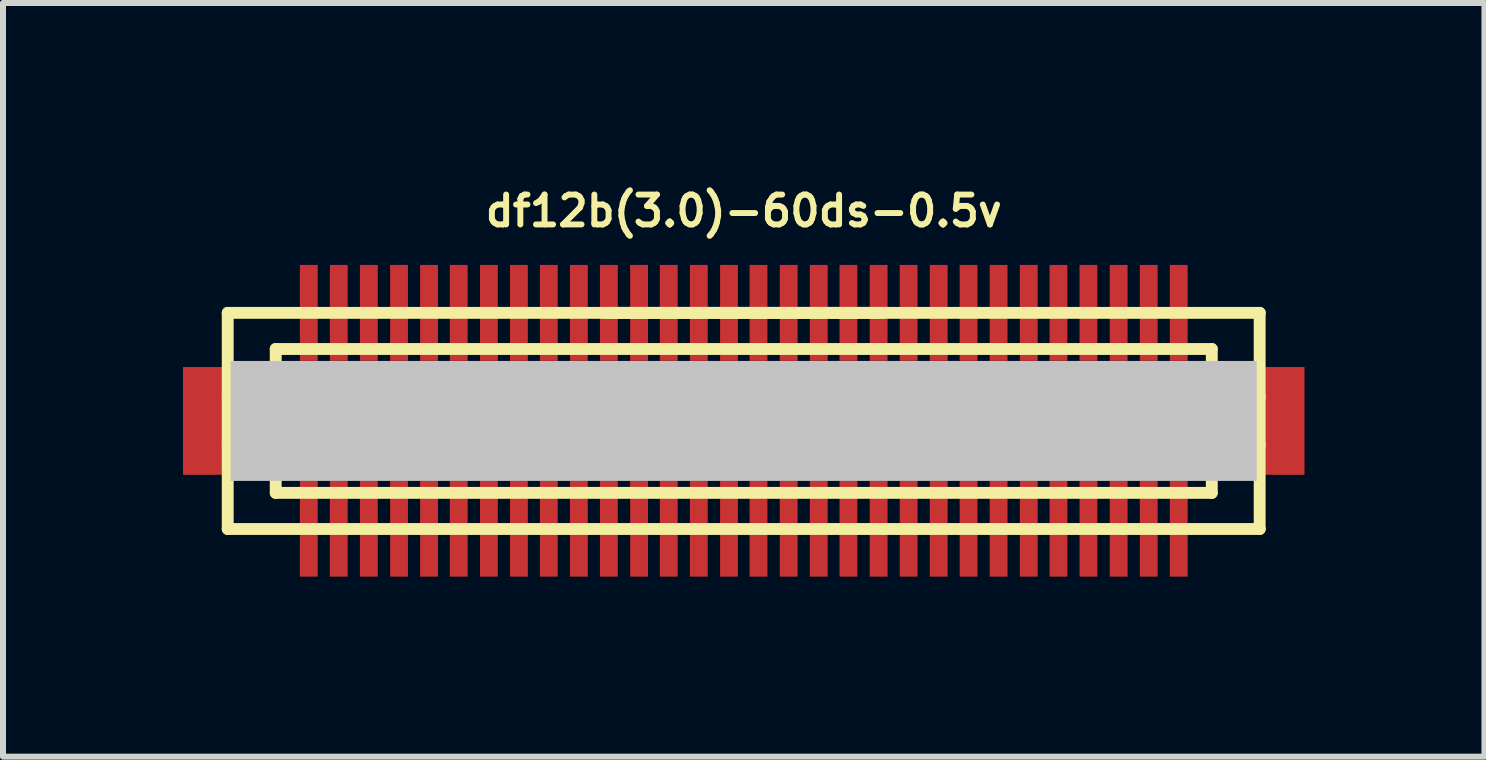
<source format=kicad_pcb>
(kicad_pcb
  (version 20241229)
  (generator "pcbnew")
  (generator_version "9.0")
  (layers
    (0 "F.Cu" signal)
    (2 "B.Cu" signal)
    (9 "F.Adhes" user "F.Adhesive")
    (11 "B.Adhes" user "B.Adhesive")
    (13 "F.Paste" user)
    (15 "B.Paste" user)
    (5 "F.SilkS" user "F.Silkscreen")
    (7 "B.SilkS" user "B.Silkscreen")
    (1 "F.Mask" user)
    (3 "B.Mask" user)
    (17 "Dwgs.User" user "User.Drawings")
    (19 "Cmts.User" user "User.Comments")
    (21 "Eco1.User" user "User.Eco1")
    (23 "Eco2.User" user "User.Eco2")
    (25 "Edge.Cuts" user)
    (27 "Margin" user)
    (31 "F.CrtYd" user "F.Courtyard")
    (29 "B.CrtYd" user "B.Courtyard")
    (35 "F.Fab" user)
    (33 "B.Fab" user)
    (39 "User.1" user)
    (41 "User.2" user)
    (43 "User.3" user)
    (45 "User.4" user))
  (footprint "df12b(3.0)-60ds-0.5v"
    (layer "F.Cu")
    (at 9.345 3.965)
    (property "Reference" "df12b(3.0)-60ds-0.5v" (at 0 -3.5 0) (layer "F.SilkS") (effects (font (size 0.498 0.498) (thickness 0.099))))
    (attr smd)
    (fp_line (start -8.6 -1.801) (end 8.6 -1.801) (stroke (width 0.198) (type solid)) (layer "F.SilkS"))
    (fp_line (start -8.6 1.801) (end -8.6 -1.801) (stroke (width 0.198) (type solid)) (layer "F.SilkS"))
    (fp_line (start -8.6 1.801) (end 8.6 1.801) (stroke (width 0.198) (type solid)) (layer "F.SilkS"))
    (fp_line (start -7.8 -0.701) (end 7.8 -0.701) (stroke (width 0.198) (type solid)) (layer "F.SilkS"))
    (fp_line (start -7.8 -0.399) (end -8.6 -0.399) (stroke (width 0.198) (type solid)) (layer "F.SilkS"))
    (fp_line (start -7.8 0.399) (end -8.6 0.399) (stroke (width 0.198) (type solid)) (layer "F.SilkS"))
    (fp_line (start -7.8 0.701) (end 7.8 0.701) (stroke (width 0.198) (type solid)) (layer "F.SilkS"))
    (fp_line (start -7.8 1.199) (end -7.8 -1.199) (stroke (width 0.198) (type solid)) (layer "F.SilkS"))
    (fp_line (start -2.301 -1.801) (end 2.301 -1.801) (stroke (width 0.198) (type solid)) (layer "F.SilkS"))
    (fp_line (start 7.8 -1.199) (end -7.8 -1.199) (stroke (width 0.198) (type solid)) (layer "F.SilkS"))
    (fp_line (start 7.8 -1.199) (end 7.8 1.199) (stroke (width 0.198) (type solid)) (layer "F.SilkS"))
    (fp_line (start 7.8 -0.399) (end 8.6 -0.399) (stroke (width 0.198) (type solid)) (layer "F.SilkS"))
    (fp_line (start 7.8 1.199) (end -7.8 1.199) (stroke (width 0.198) (type solid)) (layer "F.SilkS"))
    (fp_line (start 8.598 -1.801) (end 8.598 1.801) (stroke (width 0.198) (type solid)) (layer "F.SilkS"))
    (fp_line (start 8.6 0.399) (end 7.8 0.399) (stroke (width 0.198) (type solid)) (layer "F.SilkS"))
    (pad "" smd rect (at -8.946 0) (size 0.798 1.796) (layers "F.Cu" "F.Mask" "F.Paste"))
    (pad "" smd rect (at 0 0) (size 17.099 1.999) (layers "Dwgs.User"))
    (pad "" smd rect (at 8.946 0) (size 0.798 1.796) (layers "F.Cu" "F.Mask" "F.Paste"))
    (pad "1" smd rect (at -7.249 1.796) (size 0.297 1.598) (layers "F.Cu" "F.Mask" "F.Paste"))
    (pad "2" smd rect (at -6.749 1.796) (size 0.297 1.598) (layers "F.Cu" "F.Mask" "F.Paste"))
    (pad "3" smd rect (at -6.248 1.796) (size 0.297 1.598) (layers "F.Cu" "F.Mask" "F.Paste"))
    (pad "4" smd rect (at -5.745 1.796) (size 0.297 1.598) (layers "F.Cu" "F.Mask" "F.Paste"))
    (pad "5" smd rect (at -5.245 1.796) (size 0.297 1.598) (layers "F.Cu" "F.Mask" "F.Paste"))
    (pad "6" smd rect (at -4.75 1.796) (size 0.297 1.598) (layers "F.Cu" "F.Mask" "F.Paste"))
    (pad "7" smd rect (at -4.247 1.796) (size 0.297 1.598) (layers "F.Cu" "F.Mask" "F.Paste"))
    (pad "8" smd rect (at -3.747 1.796) (size 0.297 1.598) (layers "F.Cu" "F.Mask" "F.Paste"))
    (pad "9" smd rect (at -3.249 1.796) (size 0.297 1.598) (layers "F.Cu" "F.Mask" "F.Paste"))
    (pad "10" smd rect (at -2.748 1.796) (size 0.297 1.598) (layers "F.Cu" "F.Mask" "F.Paste"))
    (pad "11" smd rect (at -2.248 1.796) (size 0.297 1.598) (layers "F.Cu" "F.Mask" "F.Paste"))
    (pad "12" smd rect (at -1.745 1.796) (size 0.297 1.598) (layers "F.Cu" "F.Mask" "F.Paste"))
    (pad "13" smd rect (at -1.25 1.796) (size 0.297 1.598) (layers "F.Cu" "F.Mask" "F.Paste"))
    (pad "14" smd rect (at -0.749 1.796) (size 0.297 1.598) (layers "F.Cu" "F.Mask" "F.Paste"))
    (pad "15" smd rect (at -0.246 1.796) (size 0.297 1.598) (layers "F.Cu" "F.Mask" "F.Paste"))
    (pad "16" smd rect (at 0.246 1.796) (size 0.297 1.598) (layers "F.Cu" "F.Mask" "F.Paste"))
    (pad "17" smd rect (at 0.749 1.796) (size 0.297 1.598) (layers "F.Cu" "F.Mask" "F.Paste"))
    (pad "18" smd rect (at 1.25 1.796) (size 0.297 1.598) (layers "F.Cu" "F.Mask" "F.Paste"))
    (pad "19" smd rect (at 1.745 1.796) (size 0.297 1.598) (layers "F.Cu" "F.Mask" "F.Paste"))
    (pad "20" smd rect (at 2.248 1.796) (size 0.297 1.598) (layers "F.Cu" "F.Mask" "F.Paste"))
    (pad "21" smd rect (at 2.748 1.796) (size 0.297 1.598) (layers "F.Cu" "F.Mask" "F.Paste"))
    (pad "22" smd rect (at 3.249 1.796) (size 0.297 1.598) (layers "F.Cu" "F.Mask" "F.Paste"))
    (pad "23" smd rect (at 3.747 1.796) (size 0.297 1.598) (layers "F.Cu" "F.Mask" "F.Paste"))
    (pad "24" smd rect (at 4.247 1.796) (size 0.297 1.598) (layers "F.Cu" "F.Mask" "F.Paste"))
    (pad "25" smd rect (at 4.75 1.796) (size 0.297 1.598) (layers "F.Cu" "F.Mask" "F.Paste"))
    (pad "26" smd rect (at 5.245 1.796) (size 0.297 1.598) (layers "F.Cu" "F.Mask" "F.Paste"))
    (pad "27" smd rect (at 5.745 1.796) (size 0.297 1.598) (layers "F.Cu" "F.Mask" "F.Paste"))
    (pad "28" smd rect (at 6.248 1.796) (size 0.297 1.598) (layers "F.Cu" "F.Mask" "F.Paste"))
    (pad "29" smd rect (at 6.749 1.796) (size 0.297 1.598) (layers "F.Cu" "F.Mask" "F.Paste"))
    (pad "30" smd rect (at 7.249 1.796) (size 0.297 1.598) (layers "F.Cu" "F.Mask" "F.Paste"))
    (pad "31" smd rect (at 7.249 -1.801) (size 0.297 1.598) (layers "F.Cu" "F.Mask" "F.Paste"))
    (pad "32" smd rect (at 6.749 -1.801) (size 0.297 1.598) (layers "F.Cu" "F.Mask" "F.Paste"))
    (pad "33" smd rect (at 6.248 -1.801) (size 0.297 1.598) (layers "F.Cu" "F.Mask" "F.Paste"))
    (pad "34" smd rect (at 5.745 -1.801) (size 0.297 1.598) (layers "F.Cu" "F.Mask" "F.Paste"))
    (pad "35" smd rect (at 5.245 -1.801) (size 0.297 1.598) (layers "F.Cu" "F.Mask" "F.Paste"))
    (pad "36" smd rect (at 4.75 -1.801) (size 0.297 1.598) (layers "F.Cu" "F.Mask" "F.Paste"))
    (pad "37" smd rect (at 4.247 -1.801) (size 0.297 1.598) (layers "F.Cu" "F.Mask" "F.Paste"))
    (pad "38" smd rect (at 3.747 -1.801) (size 0.297 1.598) (layers "F.Cu" "F.Mask" "F.Paste"))
    (pad "39" smd rect (at 3.249 -1.801) (size 0.297 1.598) (layers "F.Cu" "F.Mask" "F.Paste"))
    (pad "40" smd rect (at 2.748 -1.801) (size 0.297 1.598) (layers "F.Cu" "F.Mask" "F.Paste"))
    (pad "41" smd rect (at 2.248 -1.801) (size 0.297 1.598) (layers "F.Cu" "F.Mask" "F.Paste"))
    (pad "42" smd rect (at 1.745 -1.801) (size 0.297 1.598) (layers "F.Cu" "F.Mask" "F.Paste"))
    (pad "43" smd rect (at 1.25 -1.801) (size 0.297 1.598) (layers "F.Cu" "F.Mask" "F.Paste"))
    (pad "44" smd rect (at 0.749 -1.801) (size 0.297 1.598) (layers "F.Cu" "F.Mask" "F.Paste"))
    (pad "45" smd rect (at 0.246 -1.801) (size 0.297 1.598) (layers "F.Cu" "F.Mask" "F.Paste"))
    (pad "46" smd rect (at -0.246 -1.801) (size 0.297 1.598) (layers "F.Cu" "F.Mask" "F.Paste"))
    (pad "47" smd rect (at -0.749 -1.801) (size 0.297 1.598) (layers "F.Cu" "F.Mask" "F.Paste"))
    (pad "48" smd rect (at -1.25 -1.801) (size 0.297 1.598) (layers "F.Cu" "F.Mask" "F.Paste"))
    (pad "49" smd rect (at -1.745 -1.801) (size 0.297 1.598) (layers "F.Cu" "F.Mask" "F.Paste"))
    (pad "50" smd rect (at -2.248 -1.801) (size 0.297 1.598) (layers "F.Cu" "F.Mask" "F.Paste"))
    (pad "51" smd rect (at -2.748 -1.801) (size 0.297 1.598) (layers "F.Cu" "F.Mask" "F.Paste"))
    (pad "52" smd rect (at -3.249 -1.801) (size 0.297 1.598) (layers "F.Cu" "F.Mask" "F.Paste"))
    (pad "53" smd rect (at -3.747 -1.801) (size 0.297 1.598) (layers "F.Cu" "F.Mask" "F.Paste"))
    (pad "54" smd rect (at -4.247 -1.801) (size 0.297 1.598) (layers "F.Cu" "F.Mask" "F.Paste"))
    (pad "55" smd rect (at -4.75 -1.801) (size 0.297 1.598) (layers "F.Cu" "F.Mask" "F.Paste"))
    (pad "56" smd rect (at -5.245 -1.801) (size 0.297 1.598) (layers "F.Cu" "F.Mask" "F.Paste"))
    (pad "57" smd rect (at -5.745 -1.801) (size 0.297 1.598) (layers "F.Cu" "F.Mask" "F.Paste"))
    (pad "58" smd rect (at -6.248 -1.801) (size 0.297 1.598) (layers "F.Cu" "F.Mask" "F.Paste"))
    (pad "59" smd rect (at -6.749 -1.801) (size 0.297 1.598) (layers "F.Cu" "F.Mask" "F.Paste"))
    (pad "60" smd rect (at -7.249 -1.801) (size 0.297 1.598) (layers "F.Cu" "F.Mask" "F.Paste")))
  (gr_rect
    (start -3 -3)
    (end 21.689 9.56)
    (stroke (width 0.1) (type default))
    (fill no)
    (layer "Edge.Cuts")))
</source>
